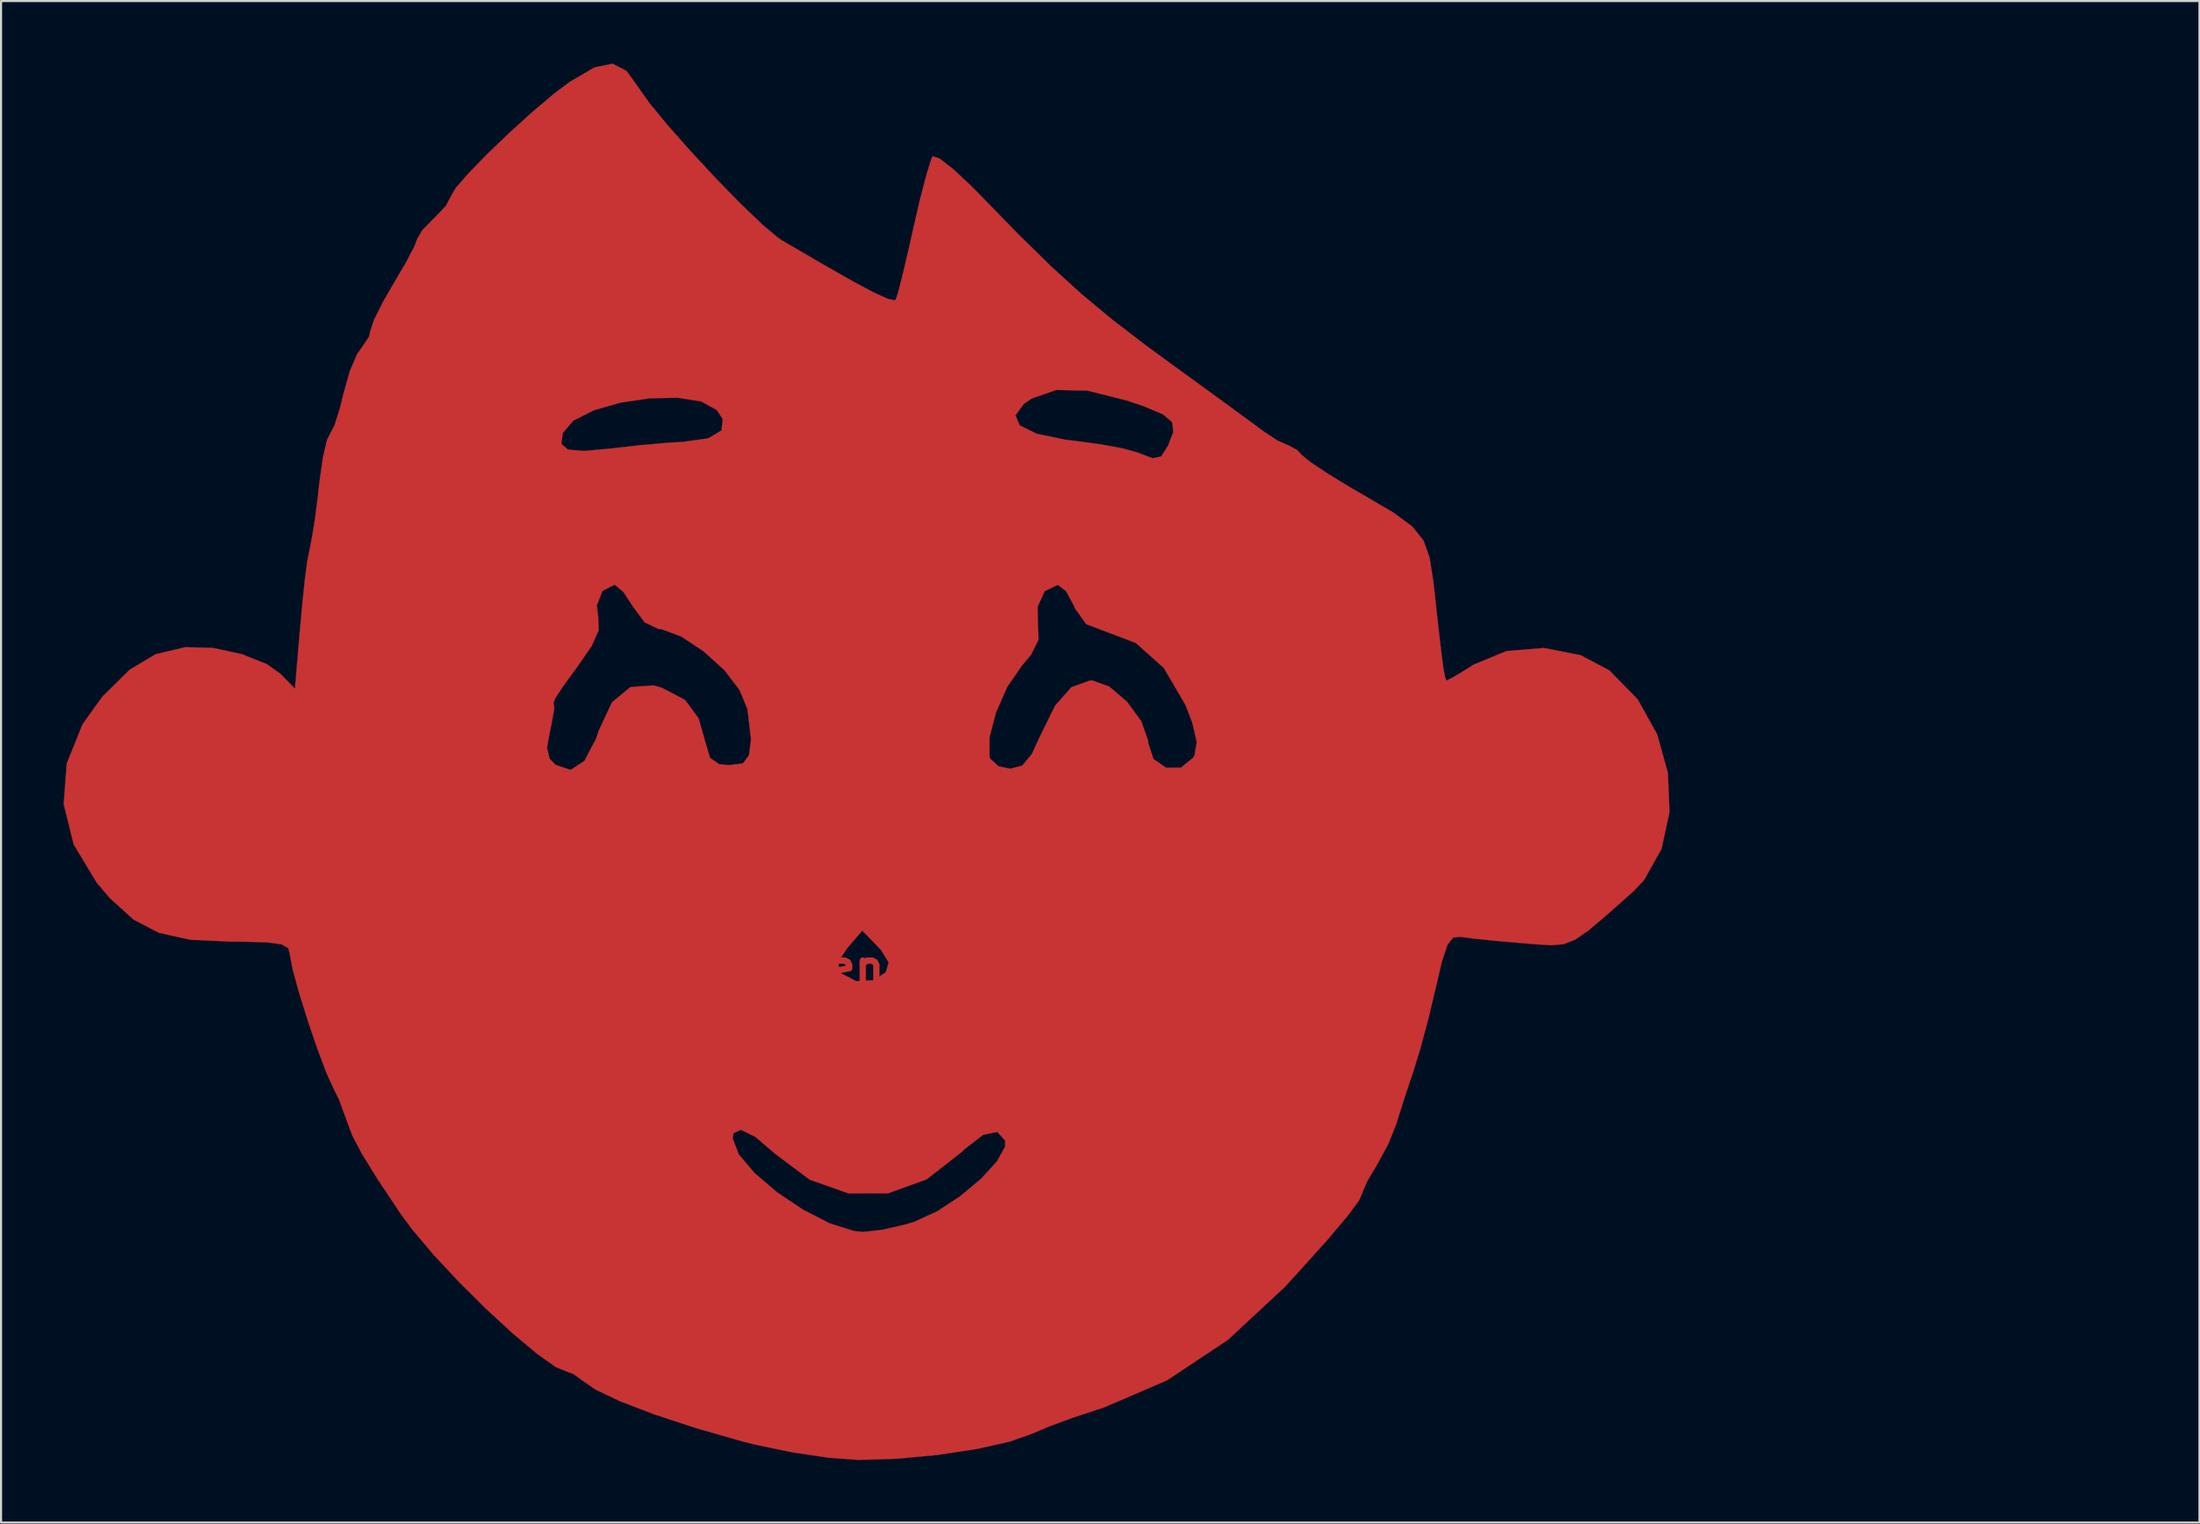
<source format=kicad_pcb>
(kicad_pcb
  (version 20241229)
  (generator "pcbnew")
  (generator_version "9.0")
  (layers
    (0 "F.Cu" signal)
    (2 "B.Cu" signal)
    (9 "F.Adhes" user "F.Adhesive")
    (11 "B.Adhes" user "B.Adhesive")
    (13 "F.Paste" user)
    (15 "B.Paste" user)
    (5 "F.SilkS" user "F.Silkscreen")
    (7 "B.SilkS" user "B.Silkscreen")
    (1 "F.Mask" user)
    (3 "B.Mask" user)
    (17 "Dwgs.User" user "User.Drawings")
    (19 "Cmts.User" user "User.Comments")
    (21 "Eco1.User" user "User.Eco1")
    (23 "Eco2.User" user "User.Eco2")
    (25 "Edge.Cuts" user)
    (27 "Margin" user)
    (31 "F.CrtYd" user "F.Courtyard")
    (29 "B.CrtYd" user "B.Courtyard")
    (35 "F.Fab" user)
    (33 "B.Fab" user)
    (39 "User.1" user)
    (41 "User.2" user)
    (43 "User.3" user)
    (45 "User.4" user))
  (footprint "women_neck"
    (layer "F.Cu")
    (at 89.235 1.418)
    (property "Reference" "women_neck" (at 0 0 0) (layer "F.Mask") (effects (font (size 1.524 1.524) (thickness 0.3))))
    (attr through_hole)
    (fp_poly (pts (xy 10.171 22.086) (xy 10.027 22.322) (xy 9.733 22.902) (xy 9.359 23.886) (xy 9.15 24.527) (xy 8.333 26.638) (xy 7.107 28.916) (xy 5.748 30.997) (xy 5.079 32.024) (xy 4.568 32.921) (xy 4.376 33.358) (xy 4.061 33.956) (xy 3.436 34.866) (xy 2.635 35.891) (xy 2.632 35.895) (xy 1.548 37.074) (xy 0.665 37.655) (xy -0.147 37.641) (xy -1.021 37.038) (xy -1.905 36.072) (xy -2.78 34.943) (xy -3.575 33.786) (xy -3.982 33.1) (xy -5.266 30.649) (xy -6.265 28.726) (xy -7.02 27.249) (xy -7.571 26.139) (xy -7.959 25.313) (xy -8.224 24.69) (xy -8.354 24.342) (xy -8.729 23.396) (xy -9.075 22.701) (xy -9.113 22.644) (xy -9.227 22.334) (xy -8.844 22.335) (xy -8.657 22.379) (xy -7.99 22.55) (xy -6.899 22.83) (xy -5.583 23.168) (xy -5.144 23.281) (xy -2.678 23.737) (xy -0.022 23.922) (xy 2.647 23.845) (xy 5.154 23.516) (xy 7.322 22.945) (xy 8.276 22.546) (xy 9.419 22.036) (xy 10.057 21.882) (xy 10.171 22.086)) (stroke (width 0.01) (type solid)) (fill yes) (layer "F.Mask")))
  (footprint "women_face"
    (layer "F.Cu")
    (at 38.5 43.336)
    (property "Reference" "women_face" (at 0 0 0) (layer "F.Cu") (effects (font (size 1.524 1.524) (thickness 0.3))))
    (attr through_hole)
    (fp_poly (pts (xy -11.507 -42.983) (xy -10.976 -42.245) (xy -10.439 -41.479) (xy -9.555 -40.403) (xy -8.446 -39.148) (xy -7.237 -37.847) (xy -6.05 -36.63) (xy -5.01 -35.632) (xy -4.24 -34.982) (xy -4.074 -34.871) (xy -2.119 -33.728) (xy -0.663 -32.9) (xy 0.358 -32.356) (xy 1.003 -32.063) (xy 1.335 -31.99) (xy 1.406 -32.03) (xy 1.542 -32.47) (xy 1.783 -33.428) (xy 2.087 -34.736) (xy 2.248 -35.461) (xy 2.577 -36.881) (xy 2.877 -38.034) (xy 3.104 -38.751) (xy 3.174 -38.893) (xy 3.495 -38.788) (xy 4.15 -38.281) (xy 5.02 -37.469) (xy 5.392 -37.091) (xy 7.271 -35.162) (xy 8.855 -33.608) (xy 10.297 -32.295) (xy 11.748 -31.087) (xy 13.36 -29.85) (xy 14.468 -29.037) (xy 15.904 -27.995) (xy 17.217 -27.039) (xy 18.279 -26.262) (xy 18.959 -25.761) (xy 19.037 -25.703) (xy 19.723 -25.249) (xy 20.19 -25.048) (xy 20.203 -25.047) (xy 20.645 -24.807) (xy 20.842 -24.593) (xy 21.266 -24.24) (xy 22.12 -23.67) (xy 23.255 -22.979) (xy 23.913 -22.601) (xy 25.273 -21.8) (xy 26.164 -21.142) (xy 26.7 -20.475) (xy 26.998 -19.651) (xy 27.173 -18.519) (xy 27.193 -18.344) (xy 27.402 -16.446) (xy 27.554 -15.143) (xy 27.661 -14.332) (xy 27.739 -13.907) (xy 27.802 -13.763) (xy 27.816 -13.758) (xy 28.14 -13.921) (xy 28.812 -14.328) (xy 29.113 -14.521) (xy 30.691 -15.17) (xy 32.477 -15.316) (xy 34.239 -14.97) (xy 35.619 -14.24) (xy 36.968 -12.862) (xy 37.908 -11.177) (xy 38.422 -9.325) (xy 38.498 -7.447) (xy 38.118 -5.683) (xy 37.27 -4.172) (xy 36.742 -3.623) (xy 35.494 -2.519) (xy 34.617 -1.776) (xy 33.972 -1.329) (xy 33.418 -1.113) (xy 32.814 -1.063) (xy 32.02 -1.115) (xy 31.421 -1.165) (xy 30.178 -1.273) (xy 29.125 -1.381) (xy 28.485 -1.466) (xy 28.474 -1.468) (xy 28.124 -1.433) (xy 27.851 -1.085) (xy 27.588 -0.29) (xy 27.314 0.882) (xy 26.952 2.407) (xy 26.547 3.914) (xy 26.231 4.939) (xy 25.835 6.124) (xy 25.492 7.202) (xy 25.405 7.495) (xy 25.011 8.48) (xy 24.459 9.489) (xy 24.458 9.49) (xy 24.015 10.236) (xy 23.797 10.728) (xy 23.792 10.764) (xy 23.614 11.17) (xy 23.058 11.924) (xy 22.095 13.062) (xy 20.694 14.622) (xy 20.043 15.331) (xy 17.327 17.856) (xy 14.395 19.804) (xy 11.345 21.114) (xy 11.2 21.159) (xy 9.919 21.579) (xy 8.728 22.019) (xy 7.985 22.339) (xy 6.86 22.738) (xy 5.274 23.092) (xy 3.412 23.375) (xy 1.455 23.558) (xy -0.413 23.613) (xy -0.415 23.613) (xy -1.833 23.508) (xy -3.58 23.247) (xy -5.366 22.876) (xy -5.948 22.729) (xy -8.191 22.085) (xy -10.179 21.431) (xy -11.812 20.805) (xy -12.99 20.244) (xy -13.529 19.876) (xy -14.069 19.486) (xy -14.316 19.403) (xy -14.897 19.163) (xy -15.816 18.512) (xy -16.967 17.547) (xy -18.246 16.369) (xy -19.548 15.076) (xy -20.767 13.769) (xy -21.798 12.546) (xy -22.335 11.818) (xy -23.429 10.177) (xy -24.18 8.967) (xy -24.584 8.202) (xy -6.42 8.202) (xy -6.125 8.97) (xy -5.367 9.864) (xy -4.29 10.782) (xy -3.04 11.62) (xy -1.761 12.275) (xy -0.598 12.641) (xy -0.161 12.685) (xy 0.745 12.585) (xy 1.878 12.323) (xy 2.3 12.194) (xy 3.381 11.698) (xy 4.489 10.972) (xy 5.49 10.134) (xy 6.252 9.302) (xy 6.642 8.597) (xy 6.65 8.306) (xy 6.265 7.885) (xy 5.592 8.025) (xy 4.709 8.705) (xy 4.581 8.833) (xy 2.878 10.162) (xy 1.033 10.83) (xy -0.863 10.836) (xy -2.722 10.179) (xy -4.363 8.952) (xy -5.331 8.126) (xy -6.024 7.784) (xy -6.383 7.947) (xy -6.42 8.202) (xy -24.584 8.202) (xy -24.652 8.072) (xy -24.912 7.38) (xy -24.919 7.357) (xy -25.28 6.369) (xy -25.552 5.816) (xy -25.894 5.066) (xy -26.33 3.911) (xy -26.79 2.559) (xy -27.209 1.217) (xy -27.518 0.093) (xy -27.591 -0.296) (xy -1.352 -0.296) (xy -1.318 0.157) (xy -1.22 0.285) (xy -0.506 0.658) (xy 0.338 0.616) (xy 0.921 0.234) (xy 1.059 -0.238) (xy 0.707 -0.818) (xy 0.536 -1.003) (xy -0.206 -1.768) (xy -0.905 -0.952) (xy -1.352 -0.296) (xy -27.591 -0.296) (xy -27.65 -0.606) (xy -27.651 -0.639) (xy -27.731 -0.929) (xy -28.051 -1.108) (xy -28.732 -1.201) (xy -29.891 -1.234) (xy -30.464 -1.236) (xy -32.418 -1.327) (xy -33.923 -1.656) (xy -35.155 -2.299) (xy -36.292 -3.334) (xy -36.915 -4.066) (xy -38.017 -5.898) (xy -38.495 -7.822) (xy -38.351 -9.768) (xy -38.045 -10.531) (xy -15.324 -10.531) (xy -15.194 -10.002) (xy -14.909 -9.712) (xy -14.19 -9.469) (xy -13.529 -9.9) (xy -12.967 -10.973) (xy -12.843 -11.347) (xy -12.206 -12.713) (xy -11.32 -13.443) (xy -10.208 -13.521) (xy -9.814 -13.408) (xy -8.702 -12.823) (xy -8.051 -11.94) (xy -7.743 -10.846) (xy -7.505 -10.047) (xy -7.063 -9.739) (xy -6.578 -9.701) (xy -5.931 -9.781) (xy -5.641 -10.162) (xy -5.539 -10.936) (xy -5.55 -11.026) (xy 5.893 -11.026) (xy 5.894 -10.091) (xy 5.917 -10.017) (xy 6.335 -9.64) (xy 6.888 -9.525) (xy 7.465 -9.676) (xy 7.927 -10.234) (xy 8.294 -11.032) (xy 9.041 -12.552) (xy 9.826 -13.437) (xy 10.713 -13.755) (xy 10.826 -13.758) (xy 11.639 -13.467) (xy 12.488 -12.74) (xy 13.174 -11.802) (xy 13.499 -10.873) (xy 13.504 -10.76) (xy 13.757 -9.99) (xy 14.359 -9.575) (xy 15.074 -9.578) (xy 15.666 -10.062) (xy 15.725 -10.17) (xy 15.834 -10.804) (xy 15.618 -11.742) (xy 15.291 -12.586) (xy 14.256 -14.356) (xy 12.911 -15.557) (xy 11.44 -16.115) (xy 10.532 -16.46) (xy 10 -17.206) (xy 9.951 -17.328) (xy 9.566 -18.04) (xy 9.17 -18.344) (xy 9.164 -18.344) (xy 8.541 -18.042) (xy 8.197 -17.291) (xy 8.218 -16.447) (xy 8.245 -15.715) (xy 7.888 -14.996) (xy 7.436 -14.454) (xy 6.748 -13.456) (xy 6.206 -12.23) (xy 5.893 -11.026) (xy -5.55 -11.026) (xy -5.71 -12.385) (xy -6.09 -13.305) (xy -6.818 -14.257) (xy -7.823 -15.165) (xy -8.894 -15.871) (xy -9.821 -16.216) (xy -9.976 -16.228) (xy -10.64 -16.545) (xy -11.188 -17.284) (xy -11.653 -17.997) (xy -12.062 -18.338) (xy -12.098 -18.342) (xy -12.665 -18.052) (xy -12.934 -17.358) (xy -12.865 -16.757) (xy -12.843 -16.172) (xy -13.186 -15.402) (xy -13.899 -14.376) (xy -14.534 -13.508) (xy -14.931 -12.902) (xy -15.006 -12.7) (xy -14.976 -12.402) (xy -15.106 -11.662) (xy -15.16 -11.434) (xy -15.324 -10.531) (xy -38.045 -10.531) (xy -37.589 -11.666) (xy -36.629 -12.995) (xy -35.335 -14.272) (xy -34.088 -15.017) (xy -32.687 -15.35) (xy -32.634 -15.355) (xy -31.335 -15.318) (xy -29.954 -15.021) (xy -28.751 -14.538) (xy -28.092 -14.069) (xy -27.408 -13.364) (xy -27.173 -16.119) (xy -27.045 -17.516) (xy -26.921 -18.692) (xy -26.824 -19.426) (xy -26.812 -19.491) (xy -26.597 -20.584) (xy -26.447 -21.504) (xy -26.308 -22.598) (xy -26.222 -23.366) (xy -26.058 -24.491) (xy -25.912 -25.107) (xy -14.633 -25.107) (xy -14.322 -24.828) (xy -13.552 -24.762) (xy -12.24 -24.882) (xy -12.218 -24.885) (xy -10.862 -25.038) (xy -9.533 -25.156) (xy -8.764 -25.202) (xy -7.59 -25.37) (xy -6.954 -25.745) (xy -6.894 -26.293) (xy -7.011 -26.47) (xy 7.136 -26.47) (xy 7.346 -25.988) (xy 8.147 -25.593) (xy 9.515 -25.304) (xy 10.006 -25.244) (xy 11.252 -25.077) (xy 12.32 -24.878) (xy 12.975 -24.692) (xy 13.717 -24.415) (xy 14.124 -24.497) (xy 14.442 -24.994) (xy 14.457 -25.024) (xy 14.711 -25.677) (xy 14.656 -26.145) (xy 14.203 -26.526) (xy 13.263 -26.919) (xy 12.494 -27.179) (xy 10.591 -27.656) (xy 9.094 -27.689) (xy 7.907 -27.275) (xy 7.543 -27.021) (xy 7.136 -26.47) (xy -7.011 -26.47) (xy -7.181 -26.725) (xy -7.924 -27.137) (xy -9.059 -27.316) (xy -10.412 -27.288) (xy -11.812 -27.078) (xy -13.086 -26.712) (xy -14.063 -26.216) (xy -14.568 -25.624) (xy -14.633 -25.107) (xy -25.912 -25.107) (xy -25.866 -25.301) (xy -25.731 -25.57) (xy -25.509 -25.992) (xy -25.235 -26.869) (xy -25.083 -27.498) (xy -24.775 -28.593) (xy -24.42 -29.421) (xy -24.246 -29.659) (xy -23.855 -30.239) (xy -23.792 -30.523) (xy -23.623 -31.036) (xy -23.182 -31.918) (xy -22.667 -32.808) (xy -22.078 -33.811) (xy -21.671 -34.589) (xy -21.542 -34.935) (xy -21.313 -35.335) (xy -20.761 -35.9) (xy -20.738 -35.92) (xy -20.176 -36.506) (xy -19.934 -36.96) (xy -19.934 -36.968) (xy -19.699 -37.371) (xy -19.071 -38.092) (xy -18.167 -39.019) (xy -17.104 -40.038) (xy -15.998 -41.038) (xy -14.968 -41.906) (xy -14.234 -42.458) (xy -13.049 -43.153) (xy -12.183 -43.331) (xy -11.507 -42.983)) (stroke (width 0.01) (type solid)) (fill yes) (layer "F.Cu")))
  (gr_rect
    (start -3 -3)
    (end 102.411 69.954)
    (stroke (width 0.1) (type default))
    (fill no)
    (layer "Edge.Cuts")))
</source>
